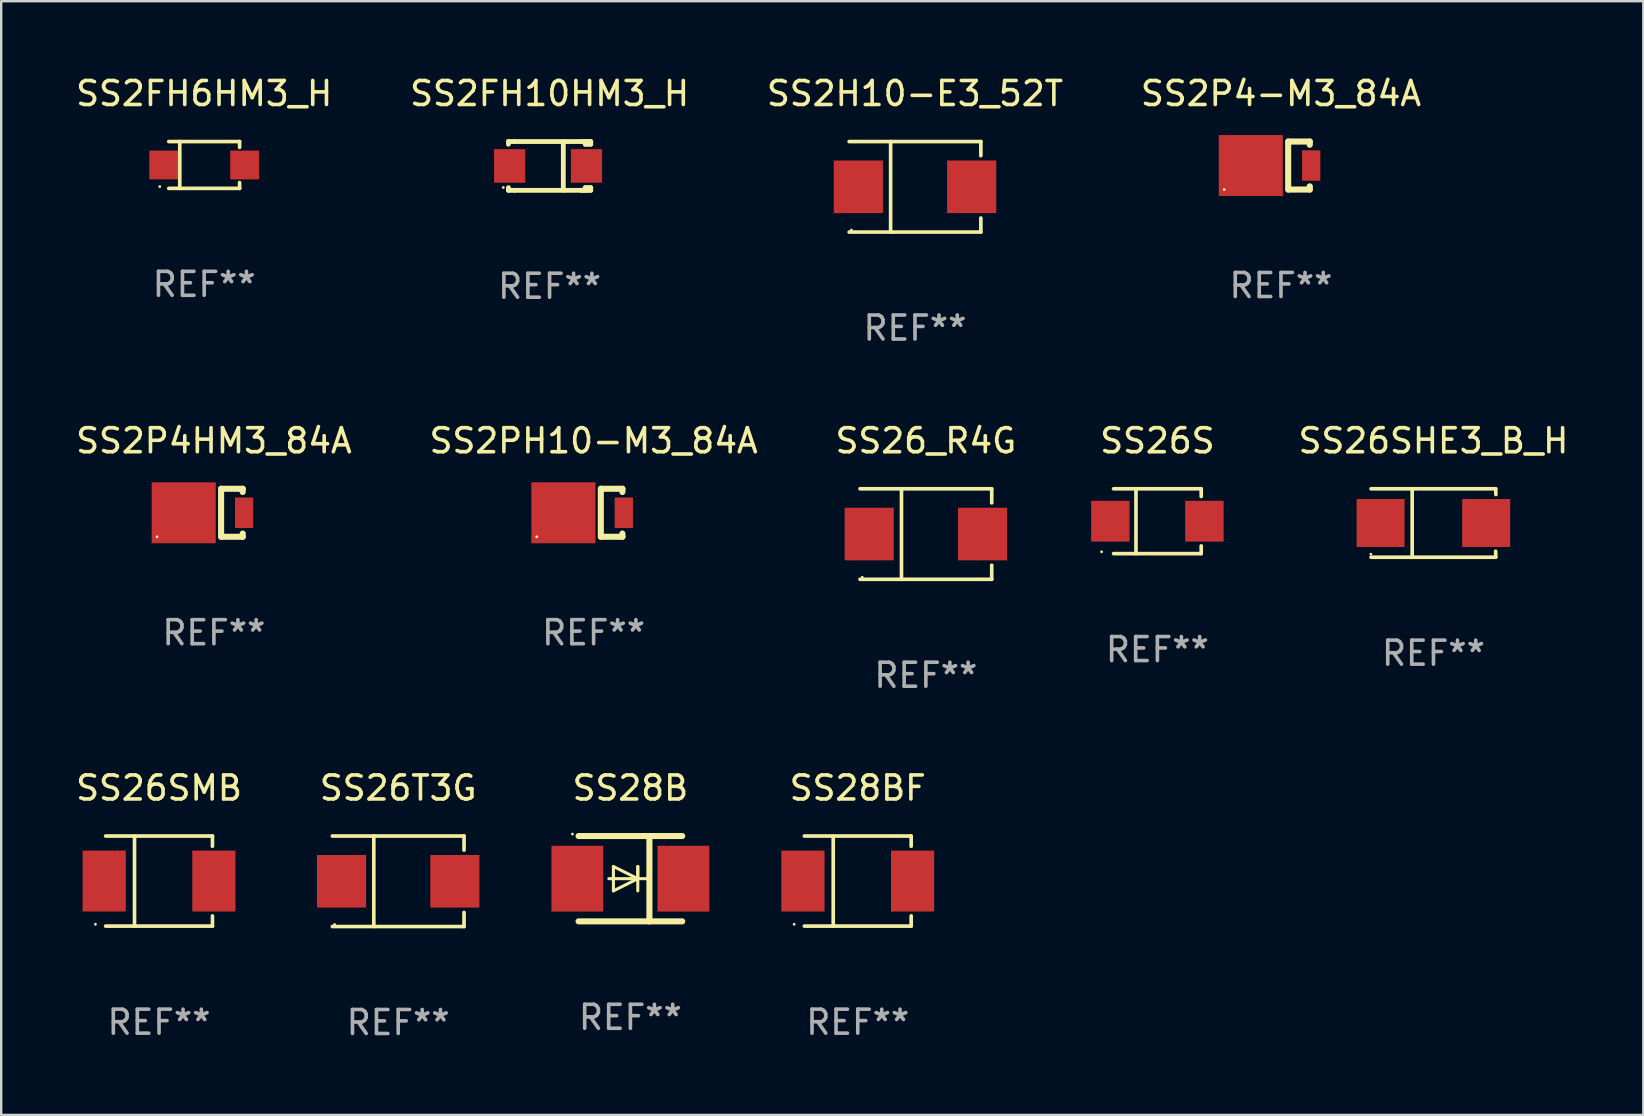
<source format=kicad_pcb>
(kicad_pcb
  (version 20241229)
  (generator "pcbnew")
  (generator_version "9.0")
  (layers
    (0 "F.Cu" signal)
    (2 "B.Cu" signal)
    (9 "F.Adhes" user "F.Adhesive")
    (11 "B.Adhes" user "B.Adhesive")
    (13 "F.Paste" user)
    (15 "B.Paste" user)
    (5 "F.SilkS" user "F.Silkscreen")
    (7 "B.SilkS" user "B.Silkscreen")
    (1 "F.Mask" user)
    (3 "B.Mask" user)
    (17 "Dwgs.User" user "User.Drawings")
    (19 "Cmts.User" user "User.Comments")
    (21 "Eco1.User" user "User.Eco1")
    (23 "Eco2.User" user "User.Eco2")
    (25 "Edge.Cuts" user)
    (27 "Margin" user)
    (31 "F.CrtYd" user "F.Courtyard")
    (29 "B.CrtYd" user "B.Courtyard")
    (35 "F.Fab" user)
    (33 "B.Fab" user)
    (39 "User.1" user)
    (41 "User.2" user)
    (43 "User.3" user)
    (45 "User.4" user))
  (footprint "SS26S"
    (layer "F.Cu")
    (at 45.177 18.668)
    (property "Reference" "SS26S" (at 0 -3.351 0) (layer "F.SilkS") (effects (font (size 1 1) (thickness 0.15))))
    (attr through_hole)
    (fp_line (start -1.826 -1.351) (end 1.826 -1.351) (stroke (width 0.152) (type solid)) (layer "F.SilkS"))
    (fp_line (start -1.826 1.351) (end 1.826 1.351) (stroke (width 0.152) (type solid)) (layer "F.SilkS"))
    (fp_line (start -0.892 -1.351) (end -0.892 1.351) (stroke (width 0.152) (type solid)) (layer "F.SilkS"))
    (fp_line (start 1.826 -1.351) (end 1.826 -1.03) (stroke (width 0.152) (type solid)) (layer "F.SilkS"))
    (fp_line (start 1.826 1.03) (end 1.826 1.351) (stroke (width 0.152) (type solid)) (layer "F.SilkS"))
    (fp_circle (center -2.325 1.275) (end -2.295 1.275) (stroke (width 0.06) (type solid)) (fill no) (layer "F.SilkS"))
    (fp_text user "REF**" (at 0 5.351 0) (layer "F.Fab") (effects (font (size 1 1) (thickness 0.15))))
    (pad "1" smd rect (at -1.96 0 180) (size 1.6 1.7) (layers "F.Cu" "F.Mask" "F.Paste"))
    (pad "2" smd rect (at 1.96 0 180) (size 1.6 1.7) (layers "F.Cu" "F.Mask" "F.Paste")))
  (footprint "SS2FH6HM3_H"
    (layer "F.Cu")
    (at 5.458 3.824)
    (property "Reference" "SS2FH6HM3_H" (at 0 -2.976 0) (layer "F.SilkS") (effects (font (size 1 1) (thickness 0.15))))
    (attr through_hole)
    (fp_line (start -1.476 -0.976) (end 1.476 -0.976) (stroke (width 0.152) (type solid)) (layer "F.SilkS"))
    (fp_line (start -1.476 0.976) (end 1.476 0.976) (stroke (width 0.152) (type solid)) (layer "F.SilkS"))
    (fp_line (start -1.017 -0.976) (end -1.017 0.976) (stroke (width 0.152) (type solid)) (layer "F.SilkS"))
    (fp_line (start 1.476 -0.976) (end 1.476 -0.733) (stroke (width 0.152) (type solid)) (layer "F.SilkS"))
    (fp_line (start 1.476 0.976) (end 1.476 0.733) (stroke (width 0.152) (type solid)) (layer "F.SilkS"))
    (fp_circle (center -1.85 0.9) (end -1.82 0.9) (stroke (width 0.06) (type solid)) (fill no) (layer "F.SilkS"))
    (fp_text user "REF**" (at 0 4.976 0) (layer "F.Fab") (effects (font (size 1 1) (thickness 0.15))))
    (pad "1" smd rect (at -1.685 0) (size 1.2 1.2) (layers "F.Cu" "F.Mask" "F.Paste"))
    (pad "2" smd rect (at 1.685 0) (size 1.2 1.2) (layers "F.Cu" "F.Mask" "F.Paste")))
  (footprint "SS26T3G"
    (layer "F.Cu")
    (at 13.542 33.672)
    (property "Reference" "SS26T3G" (at 0 -3.886 0) (layer "F.SilkS") (effects (font (size 1 1) (thickness 0.15))))
    (attr through_hole)
    (fp_line (start -2.744 -1.886) (end 2.744 -1.886) (stroke (width 0.152) (type solid)) (layer "F.SilkS"))
    (fp_line (start -2.744 1.886) (end 2.744 1.886) (stroke (width 0.152) (type solid)) (layer "F.SilkS"))
    (fp_line (start -1.016 -1.886) (end -1.016 1.886) (stroke (width 0.152) (type solid)) (layer "F.SilkS"))
    (fp_line (start 2.744 -1.886) (end 2.744 -1.299) (stroke (width 0.152) (type solid)) (layer "F.SilkS"))
    (fp_line (start 2.744 1.886) (end 2.744 1.299) (stroke (width 0.152) (type solid)) (layer "F.SilkS"))
    (fp_circle (center -2.65 1.8) (end -2.62 1.8) (stroke (width 0.06) (type solid)) (fill no) (layer "F.SilkS"))
    (fp_text user "REF**" (at 0 5.886 0) (layer "F.Fab") (effects (font (size 1 1) (thickness 0.15))))
    (pad "1" smd rect (at -2.361 0) (size 2.047 2.192) (layers "F.Cu" "F.Mask" "F.Paste"))
    (pad "2" smd rect (at 2.361 0) (size 2.047 2.192) (layers "F.Cu" "F.Mask" "F.Paste")))
  (footprint "SS2PH10-M3_84A"
    (layer "F.Cu")
    (at 21.685 18.317)
    (property "Reference" "SS2PH10-M3_84A" (at 0 -3 0) (layer "F.SilkS") (effects (font (size 1 1) (thickness 0.15))))
    (attr through_hole)
    (fp_line (start 0.3 -1) (end 0.3 1) (stroke (width 0.254) (type solid)) (layer "F.SilkS"))
    (fp_line (start 1.2 -1) (end 0.308 -1) (stroke (width 0.254) (type solid)) (layer "F.SilkS"))
    (fp_line (start 1.2 -1) (end 1.2 -0.866) (stroke (width 0.254) (type solid)) (layer "F.SilkS"))
    (fp_line (start 1.2 1) (end 0.308 1) (stroke (width 0.254) (type solid)) (layer "F.SilkS"))
    (fp_line (start 1.2 1) (end 1.2 0.866) (stroke (width 0.254) (type solid)) (layer "F.SilkS"))
    (fp_circle (center -2.368 1) (end -2.338 1) (stroke (width 0.06) (type solid)) (fill no) (layer "F.SilkS"))
    (fp_text user "REF**" (at 0 5 0) (layer "F.Fab") (effects (font (size 1 1) (thickness 0.15))))
    (pad "1" smd rect (at -1.258 0) (size 2.67 2.54) (layers "F.Cu" "F.Mask" "F.Paste"))
    (pad "2" smd rect (at 1.258 0) (size 0.762 1.27) (layers "F.Cu" "F.Mask" "F.Paste")))
  (footprint "SS26SHE3_B_H"
    (layer "F.Cu")
    (at 56.681 18.743)
    (property "Reference" "SS26SHE3_B_H" (at 0 -3.426 0) (layer "F.SilkS") (effects (font (size 1 1) (thickness 0.15))))
    (attr through_hole)
    (fp_line (start -2.6 -1.426) (end 2.593 -1.426) (stroke (width 0.152) (type solid)) (layer "F.SilkS"))
    (fp_line (start -2.6 1.426) (end 2.593 1.426) (stroke (width 0.152) (type solid)) (layer "F.SilkS"))
    (fp_line (start -0.887 -1.426) (end -0.887 1.426) (stroke (width 0.152) (type solid)) (layer "F.SilkS"))
    (fp_line (start 2.59 1.176) (end 2.597 1.415) (stroke (width 0.152) (type solid)) (layer "F.SilkS"))
    (fp_line (start 2.593 -1.426) (end 2.6 -1.187) (stroke (width 0.152) (type solid)) (layer "F.SilkS"))
    (fp_circle (center -2.608 1.3) (end -2.578 1.3) (stroke (width 0.06) (type solid)) (fill no) (layer "F.SilkS"))
    (fp_text user "REF**" (at 0 5.426 0) (layer "F.Fab") (effects (font (size 1 1) (thickness 0.15))))
    (pad "1" smd rect (at -2.203 0 180) (size 2 2) (layers "F.Cu" "F.Mask" "F.Paste"))
    (pad "2" smd rect (at 2.197 0 180) (size 2 2) (layers "F.Cu" "F.Mask" "F.Paste")))
  (footprint "SS2FH10HM3_H"
    (layer "F.Cu")
    (at 19.851 3.864)
    (property "Reference" "SS2FH10HM3_H" (at 0 -3.016 0) (layer "F.SilkS") (effects (font (size 1 1) (thickness 0.15))))
    (attr through_hole)
    (fp_line (start -1.715 -1.016) (end -1.715 -0.904) (stroke (width 0.2) (type solid)) (layer "F.SilkS"))
    (fp_line (start -1.715 0.904) (end -1.715 1.016) (stroke (width 0.2) (type solid)) (layer "F.SilkS"))
    (fp_line (start -1.715 1.016) (end -1.461 1.016) (stroke (width 0.2) (type solid)) (layer "F.SilkS"))
    (fp_line (start -1.461 -1.016) (end -1.715 -1.016) (stroke (width 0.2) (type solid)) (layer "F.SilkS"))
    (fp_line (start -1.461 -1.016) (end 1.339 -1.016) (stroke (width 0.2) (type solid)) (layer "F.SilkS"))
    (fp_line (start -1.461 1.016) (end 1.339 1.016) (stroke (width 0.2) (type solid)) (layer "F.SilkS"))
    (fp_line (start 0.572 -1.016) (end 0.571 1.016) (stroke (width 0.2) (type solid)) (layer "F.SilkS"))
    (fp_line (start 1.339 -1.016) (end 1.588 -1.016) (stroke (width 0.2) (type solid)) (layer "F.SilkS"))
    (fp_line (start 1.339 1.016) (end 1.486 1.016) (stroke (width 0.2) (type solid)) (layer "F.SilkS"))
    (fp_line (start 1.486 -0.904) (end 1.486 -1.016) (stroke (width 0.2) (type solid)) (layer "F.SilkS"))
    (fp_line (start 1.486 1.016) (end 1.486 0.904) (stroke (width 0.2) (type solid)) (layer "F.SilkS"))
    (fp_line (start 1.588 -1.016) (end 1.603 -1.016) (stroke (width 0.2) (type solid)) (layer "F.SilkS"))
    (fp_line (start 1.588 -1.016) (end 1.715 -1.016) (stroke (width 0.2) (type solid)) (layer "F.SilkS"))
    (fp_line (start 1.603 -1.016) (end 1.603 -0.904) (stroke (width 0.2) (type solid)) (layer "F.SilkS"))
    (fp_line (start 1.603 0.904) (end 1.603 1.016) (stroke (width 0.2) (type solid)) (layer "F.SilkS"))
    (fp_line (start 1.715 -1.016) (end 1.715 -0.904) (stroke (width 0.2) (type solid)) (layer "F.SilkS"))
    (fp_line (start 1.715 -0.904) (end 1.486 -0.904) (stroke (width 0.2) (type solid)) (layer "F.SilkS"))
    (fp_line (start 1.715 0.904) (end 1.486 0.904) (stroke (width 0.2) (type solid)) (layer "F.SilkS"))
    (fp_line (start 1.715 0.904) (end 1.715 1.016) (stroke (width 0.2) (type solid)) (layer "F.SilkS"))
    (fp_line (start 1.715 1.016) (end 1.339 1.016) (stroke (width 0.2) (type solid)) (layer "F.SilkS"))
    (fp_circle (center -1.929 0.9) (end -1.899 0.9) (stroke (width 0.06) (type solid)) (fill no) (layer "F.SilkS"))
    (fp_text user "REF**" (at 0 5.016 0) (layer "F.Fab") (effects (font (size 1 1) (thickness 0.15))))
    (pad "1" smd rect (at -1.664 0) (size 1.3 1.4) (layers "F.Cu" "F.Mask" "F.Paste"))
    (pad "2" smd rect (at 1.537 0) (size 1.3 1.4) (layers "F.Cu" "F.Mask" "F.Paste")))
  (footprint "SS2P4-M3_84A"
    (layer "F.Cu")
    (at 50.327 3.848)
    (property "Reference" "SS2P4-M3_84A" (at 0 -3 0) (layer "F.SilkS") (effects (font (size 1 1) (thickness 0.15))))
    (attr through_hole)
    (fp_line (start 0.3 -1) (end 0.3 1) (stroke (width 0.254) (type solid)) (layer "F.SilkS"))
    (fp_line (start 1.2 -1) (end 0.308 -1) (stroke (width 0.254) (type solid)) (layer "F.SilkS"))
    (fp_line (start 1.2 -1) (end 1.2 -0.866) (stroke (width 0.254) (type solid)) (layer "F.SilkS"))
    (fp_line (start 1.2 1) (end 0.308 1) (stroke (width 0.254) (type solid)) (layer "F.SilkS"))
    (fp_line (start 1.2 1) (end 1.2 0.866) (stroke (width 0.254) (type solid)) (layer "F.SilkS"))
    (fp_circle (center -2.368 1) (end -2.338 1) (stroke (width 0.06) (type solid)) (fill no) (layer "F.SilkS"))
    (fp_text user "REF**" (at 0 5 0) (layer "F.Fab") (effects (font (size 1 1) (thickness 0.15))))
    (pad "1" smd rect (at -1.258 0) (size 2.67 2.54) (layers "F.Cu" "F.Mask" "F.Paste"))
    (pad "2" smd rect (at 1.258 0) (size 0.762 1.27) (layers "F.Cu" "F.Mask" "F.Paste")))
  (footprint "SS26SMB"
    (layer "F.Cu")
    (at 3.577 33.666)
    (property "Reference" "SS26SMB" (at 0 -3.88 0) (layer "F.SilkS") (effects (font (size 1 1) (thickness 0.15))))
    (attr through_hole)
    (fp_line (start -2.226 -1.88) (end 2.226 -1.88) (stroke (width 0.152) (type solid)) (layer "F.SilkS"))
    (fp_line (start -2.226 1.873) (end 2.226 1.873) (stroke (width 0.152) (type solid)) (layer "F.SilkS"))
    (fp_line (start -1.022 -1.873) (end -1.022 1.88) (stroke (width 0.152) (type solid)) (layer "F.SilkS"))
    (fp_line (start 2.226 -1.88) (end 2.226 -1.453) (stroke (width 0.152) (type solid)) (layer "F.SilkS"))
    (fp_line (start 2.226 1.447) (end 2.226 1.873) (stroke (width 0.152) (type solid)) (layer "F.SilkS"))
    (fp_circle (center -2.65 1.797) (end -2.62 1.797) (stroke (width 0.06) (type solid)) (fill no) (layer "F.SilkS"))
    (fp_text user "REF**" (at 0 5.88 0) (layer "F.Fab") (effects (font (size 1 1) (thickness 0.15))))
    (pad "1" smd rect (at -2.285 -0.003) (size 1.8 2.54) (layers "F.Cu" "F.Mask" "F.Paste"))
    (pad "2" smd rect (at 2.285 -0.003) (size 1.8 2.54) (layers "F.Cu" "F.Mask" "F.Paste")))
  (footprint "SS28BF"
    (layer "F.Cu")
    (at 32.692 33.666)
    (property "Reference" "SS28BF" (at 0 -3.88 0) (layer "F.SilkS") (effects (font (size 1 1) (thickness 0.15))))
    (attr through_hole)
    (fp_line (start -2.226 -1.88) (end 2.226 -1.88) (stroke (width 0.152) (type solid)) (layer "F.SilkS"))
    (fp_line (start -2.226 1.873) (end 2.226 1.873) (stroke (width 0.152) (type solid)) (layer "F.SilkS"))
    (fp_line (start -1.022 -1.873) (end -1.022 1.88) (stroke (width 0.152) (type solid)) (layer "F.SilkS"))
    (fp_line (start 2.226 -1.88) (end 2.226 -1.453) (stroke (width 0.152) (type solid)) (layer "F.SilkS"))
    (fp_line (start 2.226 1.447) (end 2.226 1.873) (stroke (width 0.152) (type solid)) (layer "F.SilkS"))
    (fp_circle (center -2.65 1.797) (end -2.62 1.797) (stroke (width 0.06) (type solid)) (fill no) (layer "F.SilkS"))
    (fp_text user "REF**" (at 0 5.88 0) (layer "F.Fab") (effects (font (size 1 1) (thickness 0.15))))
    (pad "1" smd rect (at -2.285 -0.003) (size 1.8 2.54) (layers "F.Cu" "F.Mask" "F.Paste"))
    (pad "2" smd rect (at 2.285 -0.003) (size 1.8 2.54) (layers "F.Cu" "F.Mask" "F.Paste")))
  (footprint "SS26_R4G"
    (layer "F.Cu")
    (at 35.53 19.203)
    (property "Reference" "SS26_R4G" (at 0 -3.886 0) (layer "F.SilkS") (effects (font (size 1 1) (thickness 0.15))))
    (attr through_hole)
    (fp_line (start -2.744 -1.886) (end 2.744 -1.886) (stroke (width 0.152) (type solid)) (layer "F.SilkS"))
    (fp_line (start -2.744 1.886) (end 2.744 1.886) (stroke (width 0.152) (type solid)) (layer "F.SilkS"))
    (fp_line (start -1.016 -1.886) (end -1.016 1.886) (stroke (width 0.152) (type solid)) (layer "F.SilkS"))
    (fp_line (start 2.744 -1.886) (end 2.744 -1.299) (stroke (width 0.152) (type solid)) (layer "F.SilkS"))
    (fp_line (start 2.744 1.886) (end 2.744 1.299) (stroke (width 0.152) (type solid)) (layer "F.SilkS"))
    (fp_circle (center -2.65 1.8) (end -2.62 1.8) (stroke (width 0.06) (type solid)) (fill no) (layer "F.SilkS"))
    (fp_text user "REF**" (at 0 5.886 0) (layer "F.Fab") (effects (font (size 1 1) (thickness 0.15))))
    (pad "1" smd rect (at -2.361 0) (size 2.047 2.192) (layers "F.Cu" "F.Mask" "F.Paste"))
    (pad "2" smd rect (at 2.361 0) (size 2.047 2.192) (layers "F.Cu" "F.Mask" "F.Paste")))
  (footprint "SS2H10-E3_52T"
    (layer "F.Cu")
    (at 35.077 4.734)
    (property "Reference" "SS2H10-E3_52T" (at 0 -3.886 0) (layer "F.SilkS") (effects (font (size 1 1) (thickness 0.15))))
    (attr through_hole)
    (fp_line (start -2.744 -1.886) (end 2.744 -1.886) (stroke (width 0.152) (type solid)) (layer "F.SilkS"))
    (fp_line (start -2.744 1.886) (end 2.744 1.886) (stroke (width 0.152) (type solid)) (layer "F.SilkS"))
    (fp_line (start -1.016 -1.886) (end -1.016 1.886) (stroke (width 0.152) (type solid)) (layer "F.SilkS"))
    (fp_line (start 2.744 -1.886) (end 2.744 -1.299) (stroke (width 0.152) (type solid)) (layer "F.SilkS"))
    (fp_line (start 2.744 1.886) (end 2.744 1.299) (stroke (width 0.152) (type solid)) (layer "F.SilkS"))
    (fp_circle (center -2.65 1.8) (end -2.62 1.8) (stroke (width 0.06) (type solid)) (fill no) (layer "F.SilkS"))
    (fp_text user "REF**" (at 0 5.886 0) (layer "F.Fab") (effects (font (size 1 1) (thickness 0.15))))
    (pad "1" smd rect (at -2.361 0) (size 2.047 2.192) (layers "F.Cu" "F.Mask" "F.Paste"))
    (pad "2" smd rect (at 2.361 0) (size 2.047 2.192) (layers "F.Cu" "F.Mask" "F.Paste")))
  (footprint "SS28B"
    (layer "F.Cu")
    (at 23.218 33.564)
    (property "Reference" "SS28B" (at 0 -3.778 0) (layer "F.SilkS") (effects (font (size 1 1) (thickness 0.15))))
    (attr through_hole)
    (fp_line (start -2.159 -1.778) (end 2.159 -1.778) (stroke (width 0.254) (type solid)) (layer "F.SilkS"))
    (fp_line (start -0.9 0) (end 0.816 0) (stroke (width 0.127) (type solid)) (layer "F.SilkS"))
    (fp_line (start -0.708 -0.508) (end -0.708 0.508) (stroke (width 0.127) (type solid)) (layer "F.SilkS"))
    (fp_line (start -0.708 0.508) (end 0.308 0) (stroke (width 0.127) (type solid)) (layer "F.SilkS"))
    (fp_line (start 0.308 -0.508) (end 0.308 0.508) (stroke (width 0.127) (type solid)) (layer "F.SilkS"))
    (fp_line (start 0.308 0) (end -0.708 -0.508) (stroke (width 0.127) (type solid)) (layer "F.SilkS"))
    (fp_line (start 0.308 0) (end 0.308 -0.508) (stroke (width 0.127) (type solid)) (layer "F.SilkS"))
    (fp_line (start 0.792 -1.778) (end 0.792 1.778) (stroke (width 0.254) (type solid)) (layer "F.SilkS"))
    (fp_line (start 2.159 1.778) (end -2.159 1.778) (stroke (width 0.254) (type solid)) (layer "F.SilkS"))
    (fp_circle (center -2.417 -1.859) (end -2.387 -1.859) (stroke (width 0.06) (type solid)) (fill no) (layer "F.SilkS"))
    (fp_text user "REF**" (at 0 5.778 0) (layer "F.Fab") (effects (font (size 1 1) (thickness 0.15))))
    (pad "1" smd rect (at -2.21 0) (size 2.159 2.743) (layers "F.Cu" "F.Mask" "F.Paste"))
    (pad "2" smd rect (at 2.21 0) (size 2.159 2.743) (layers "F.Cu" "F.Mask" "F.Paste")))
  (footprint "SS2P4HM3_84A"
    (layer "F.Cu")
    (at 5.863 18.317)
    (property "Reference" "SS2P4HM3_84A" (at 0 -3 0) (layer "F.SilkS") (effects (font (size 1 1) (thickness 0.15))))
    (attr through_hole)
    (fp_line (start 0.3 -1) (end 0.3 1) (stroke (width 0.254) (type solid)) (layer "F.SilkS"))
    (fp_line (start 1.2 -1) (end 0.308 -1) (stroke (width 0.254) (type solid)) (layer "F.SilkS"))
    (fp_line (start 1.2 -1) (end 1.2 -0.866) (stroke (width 0.254) (type solid)) (layer "F.SilkS"))
    (fp_line (start 1.2 1) (end 0.308 1) (stroke (width 0.254) (type solid)) (layer "F.SilkS"))
    (fp_line (start 1.2 1) (end 1.2 0.866) (stroke (width 0.254) (type solid)) (layer "F.SilkS"))
    (fp_circle (center -2.368 1) (end -2.338 1) (stroke (width 0.06) (type solid)) (fill no) (layer "F.SilkS"))
    (fp_text user "REF**" (at 0 5 0) (layer "F.Fab") (effects (font (size 1 1) (thickness 0.15))))
    (pad "1" smd rect (at -1.258 0) (size 2.67 2.54) (layers "F.Cu" "F.Mask" "F.Paste"))
    (pad "2" smd rect (at 1.258 0) (size 0.762 1.27) (layers "F.Cu" "F.Mask" "F.Paste")))
  (gr_rect
    (start -3 -3)
    (end 65.425 43.407)
    (stroke (width 0.1) (type default))
    (fill no)
    (layer "Edge.Cuts")))
</source>
